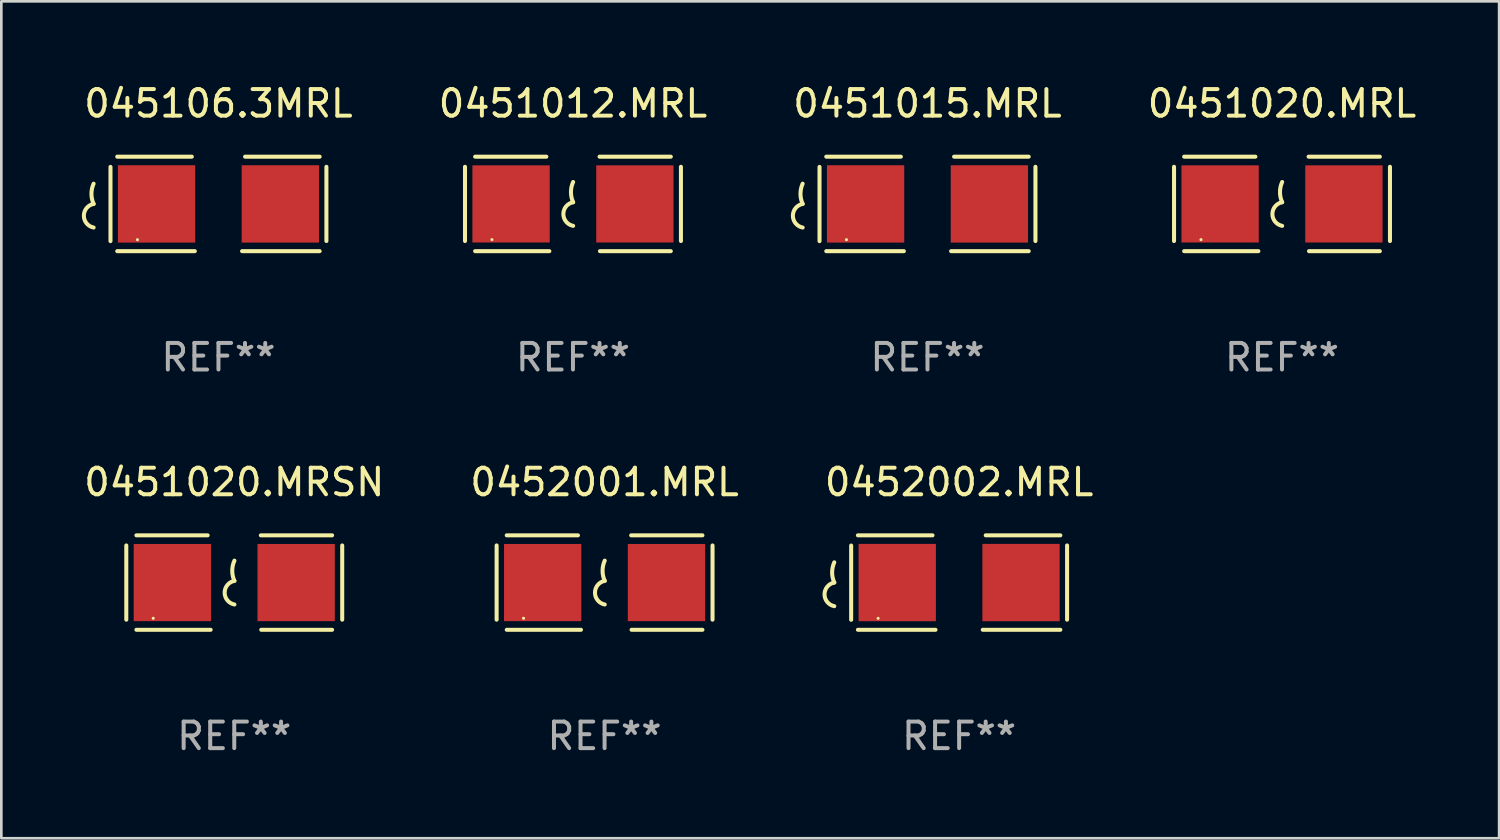
<source format=kicad_pcb>
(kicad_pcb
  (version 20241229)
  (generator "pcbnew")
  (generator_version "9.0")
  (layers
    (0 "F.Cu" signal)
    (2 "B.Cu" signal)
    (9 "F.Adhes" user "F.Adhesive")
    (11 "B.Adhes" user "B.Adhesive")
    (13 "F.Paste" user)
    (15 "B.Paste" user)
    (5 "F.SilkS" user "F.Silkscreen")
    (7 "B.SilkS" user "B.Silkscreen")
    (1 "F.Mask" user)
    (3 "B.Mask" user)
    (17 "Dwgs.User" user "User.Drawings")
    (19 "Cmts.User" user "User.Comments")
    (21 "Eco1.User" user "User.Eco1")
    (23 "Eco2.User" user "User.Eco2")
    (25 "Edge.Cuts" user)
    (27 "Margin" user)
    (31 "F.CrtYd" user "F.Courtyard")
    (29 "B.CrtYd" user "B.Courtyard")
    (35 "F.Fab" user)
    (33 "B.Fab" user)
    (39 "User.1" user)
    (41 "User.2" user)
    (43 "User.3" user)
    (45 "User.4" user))
  (footprint "0451012.MRL"
    (layer "F.Cu")
    (at 18.518 4.626)
    (property "Reference" "0451012.MRL" (at 0 -3.778 0) (layer "F.SilkS") (effects (font (size 1 1) (thickness 0.15))))
    (attr through_hole)
    (fp_line (start -4.064 -1.397) (end -4.064 1.397) (stroke (width 0.152) (type solid)) (layer "F.SilkS"))
    (fp_line (start -3.683 -1.778) (end -1.002 -1.778) (stroke (width 0.152) (type solid)) (layer "F.SilkS"))
    (fp_line (start -0.889 1.778) (end -3.683 1.778) (stroke (width 0.152) (type solid)) (layer "F.SilkS"))
    (fp_line (start 1.016 1.778) (end 3.683 1.778) (stroke (width 0.152) (type solid)) (layer "F.SilkS"))
    (fp_line (start 3.683 -1.778) (end 1.001 -1.778) (stroke (width 0.152) (type solid)) (layer "F.SilkS"))
    (fp_line (start 4.064 -1.397) (end 4.064 1.397) (stroke (width 0.152) (type solid)) (layer "F.SilkS"))
    (fp_arc (start 0.006045 -0.0635) (mid -0.075591 -0.444501) (end 0.006045 -0.825502) (stroke (width 0.151994) (type solid)) (layer "F.SilkS"))
    (fp_arc (start 0.006045 0.825502) (mid -0.361643 0.381001) (end 0.006045 -0.0635) (stroke (width 0.151994) (type solid)) (layer "F.SilkS"))
    (fp_circle (center -3.05 1.345) (end -3.02 1.345) (stroke (width 0.06) (type solid)) (fill no) (layer "F.SilkS"))
    (fp_text user "REF**" (at 0 5.778 0) (layer "F.Fab") (effects (font (size 1 1) (thickness 0.15))))
    (pad "1" smd rect (at -2.33 0) (size 2.91 2.905) (layers "F.Cu" "F.Mask" "F.Paste"))
    (pad "2" smd rect (at 2.33 0) (size 2.91 2.905) (layers "F.Cu" "F.Mask" "F.Paste")))
  (footprint "0452001.MRL"
    (layer "F.Cu")
    (at 19.708 18.879)
    (property "Reference" "0452001.MRL" (at 0 -3.778 0) (layer "F.SilkS") (effects (font (size 1 1) (thickness 0.15))))
    (attr through_hole)
    (fp_line (start -4.064 -1.397) (end -4.064 1.397) (stroke (width 0.152) (type solid)) (layer "F.SilkS"))
    (fp_line (start -3.683 -1.778) (end -1.002 -1.778) (stroke (width 0.152) (type solid)) (layer "F.SilkS"))
    (fp_line (start -0.889 1.778) (end -3.683 1.778) (stroke (width 0.152) (type solid)) (layer "F.SilkS"))
    (fp_line (start 1.016 1.778) (end 3.683 1.778) (stroke (width 0.152) (type solid)) (layer "F.SilkS"))
    (fp_line (start 3.683 -1.778) (end 1.001 -1.778) (stroke (width 0.152) (type solid)) (layer "F.SilkS"))
    (fp_line (start 4.064 -1.397) (end 4.064 1.397) (stroke (width 0.152) (type solid)) (layer "F.SilkS"))
    (fp_arc (start 0.006045 -0.0635) (mid -0.075591 -0.444501) (end 0.006045 -0.825502) (stroke (width 0.151994) (type solid)) (layer "F.SilkS"))
    (fp_arc (start 0.006045 0.825502) (mid -0.361643 0.381001) (end 0.006045 -0.0635) (stroke (width 0.151994) (type solid)) (layer "F.SilkS"))
    (fp_circle (center -3.05 1.345) (end -3.02 1.345) (stroke (width 0.06) (type solid)) (fill no) (layer "F.SilkS"))
    (fp_text user "REF**" (at 0 5.778 0) (layer "F.Fab") (effects (font (size 1 1) (thickness 0.15))))
    (pad "1" smd rect (at -2.33 0) (size 2.91 2.905) (layers "F.Cu" "F.Mask" "F.Paste"))
    (pad "2" smd rect (at 2.33 0) (size 2.91 2.905) (layers "F.Cu" "F.Mask" "F.Paste")))
  (footprint "0451015.MRL"
    (layer "F.Cu")
    (at 31.863 4.626)
    (property "Reference" "0451015.MRL" (at 0 -3.778 0) (layer "F.SilkS") (effects (font (size 1 1) (thickness 0.15))))
    (attr through_hole)
    (fp_line (start -4.064 -1.393) (end -4.064 1.401) (stroke (width 0.152) (type solid)) (layer "F.SilkS"))
    (fp_line (start -3.81 -1.778) (end -1.002 -1.778) (stroke (width 0.152) (type solid)) (layer "F.SilkS"))
    (fp_line (start -0.889 1.778) (end -3.81 1.778) (stroke (width 0.152) (type solid)) (layer "F.SilkS"))
    (fp_line (start 0.889 1.778) (end 3.81 1.778) (stroke (width 0.152) (type solid)) (layer "F.SilkS"))
    (fp_line (start 3.81 -1.778) (end 1.002 -1.778) (stroke (width 0.152) (type solid)) (layer "F.SilkS"))
    (fp_line (start 4.064 -1.397) (end 4.064 1.397) (stroke (width 0.152) (type solid)) (layer "F.SilkS"))
    (fp_arc (start -4.699009 0) (mid -4.780645 -0.381001) (end -4.699009 -0.762002) (stroke (width 0.151994) (type solid)) (layer "F.SilkS"))
    (fp_arc (start -4.699009 0.889002) (mid -5.066697 0.444501) (end -4.699009 0) (stroke (width 0.151994) (type solid)) (layer "F.SilkS"))
    (fp_circle (center -3.05 1.347) (end -3.02 1.347) (stroke (width 0.06) (type solid)) (fill no) (layer "F.SilkS"))
    (fp_text user "REF**" (at 0 5.778 0) (layer "F.Fab") (effects (font (size 1 1) (thickness 0.15))))
    (pad "1" smd rect (at -2.33 0) (size 2.91 2.911) (layers "F.Cu" "F.Mask" "F.Paste"))
    (pad "2" smd rect (at 2.33 0) (size 2.91 2.911) (layers "F.Cu" "F.Mask" "F.Paste")))
  (footprint "0452002.MRL"
    (layer "F.Cu")
    (at 33.054 18.879)
    (property "Reference" "0452002.MRL" (at 0 -3.778 0) (layer "F.SilkS") (effects (font (size 1 1) (thickness 0.15))))
    (attr through_hole)
    (fp_line (start -4.064 -1.393) (end -4.064 1.401) (stroke (width 0.152) (type solid)) (layer "F.SilkS"))
    (fp_line (start -3.81 -1.778) (end -1.002 -1.778) (stroke (width 0.152) (type solid)) (layer "F.SilkS"))
    (fp_line (start -0.889 1.778) (end -3.81 1.778) (stroke (width 0.152) (type solid)) (layer "F.SilkS"))
    (fp_line (start 0.889 1.778) (end 3.81 1.778) (stroke (width 0.152) (type solid)) (layer "F.SilkS"))
    (fp_line (start 3.81 -1.778) (end 1.002 -1.778) (stroke (width 0.152) (type solid)) (layer "F.SilkS"))
    (fp_line (start 4.064 -1.397) (end 4.064 1.397) (stroke (width 0.152) (type solid)) (layer "F.SilkS"))
    (fp_arc (start -4.699009 0) (mid -4.780645 -0.381001) (end -4.699009 -0.762002) (stroke (width 0.151994) (type solid)) (layer "F.SilkS"))
    (fp_arc (start -4.699009 0.889002) (mid -5.066697 0.444501) (end -4.699009 0) (stroke (width 0.151994) (type solid)) (layer "F.SilkS"))
    (fp_circle (center -3.05 1.347) (end -3.02 1.347) (stroke (width 0.06) (type solid)) (fill no) (layer "F.SilkS"))
    (fp_text user "REF**" (at 0 5.778 0) (layer "F.Fab") (effects (font (size 1 1) (thickness 0.15))))
    (pad "1" smd rect (at -2.33 0) (size 2.91 2.911) (layers "F.Cu" "F.Mask" "F.Paste"))
    (pad "2" smd rect (at 2.33 0) (size 2.91 2.911) (layers "F.Cu" "F.Mask" "F.Paste")))
  (footprint "045106.3MRL"
    (layer "F.Cu")
    (at 5.173 4.626)
    (property "Reference" "045106.3MRL" (at 0 -3.778 0) (layer "F.SilkS") (effects (font (size 1 1) (thickness 0.15))))
    (attr through_hole)
    (fp_line (start -4.064 -1.393) (end -4.064 1.401) (stroke (width 0.152) (type solid)) (layer "F.SilkS"))
    (fp_line (start -3.81 -1.778) (end -1.002 -1.778) (stroke (width 0.152) (type solid)) (layer "F.SilkS"))
    (fp_line (start -0.889 1.778) (end -3.81 1.778) (stroke (width 0.152) (type solid)) (layer "F.SilkS"))
    (fp_line (start 0.889 1.778) (end 3.81 1.778) (stroke (width 0.152) (type solid)) (layer "F.SilkS"))
    (fp_line (start 3.81 -1.778) (end 1.002 -1.778) (stroke (width 0.152) (type solid)) (layer "F.SilkS"))
    (fp_line (start 4.064 -1.397) (end 4.064 1.397) (stroke (width 0.152) (type solid)) (layer "F.SilkS"))
    (fp_arc (start -4.699009 0) (mid -4.780645 -0.381001) (end -4.699009 -0.762002) (stroke (width 0.151994) (type solid)) (layer "F.SilkS"))
    (fp_arc (start -4.699009 0.889002) (mid -5.066697 0.444501) (end -4.699009 0) (stroke (width 0.151994) (type solid)) (layer "F.SilkS"))
    (fp_circle (center -3.05 1.347) (end -3.02 1.347) (stroke (width 0.06) (type solid)) (fill no) (layer "F.SilkS"))
    (fp_text user "REF**" (at 0 5.778 0) (layer "F.Fab") (effects (font (size 1 1) (thickness 0.15))))
    (pad "1" smd rect (at -2.33 0) (size 2.91 2.911) (layers "F.Cu" "F.Mask" "F.Paste"))
    (pad "2" smd rect (at 2.33 0) (size 2.91 2.911) (layers "F.Cu" "F.Mask" "F.Paste")))
  (footprint "0451020.MRSN"
    (layer "F.Cu")
    (at 5.768 18.879)
    (property "Reference" "0451020.MRSN" (at 0 -3.778 0) (layer "F.SilkS") (effects (font (size 1 1) (thickness 0.15))))
    (attr through_hole)
    (fp_line (start -4.064 -1.397) (end -4.064 1.397) (stroke (width 0.152) (type solid)) (layer "F.SilkS"))
    (fp_line (start -3.683 -1.778) (end -1.002 -1.778) (stroke (width 0.152) (type solid)) (layer "F.SilkS"))
    (fp_line (start -0.889 1.778) (end -3.683 1.778) (stroke (width 0.152) (type solid)) (layer "F.SilkS"))
    (fp_line (start 1.016 1.778) (end 3.683 1.778) (stroke (width 0.152) (type solid)) (layer "F.SilkS"))
    (fp_line (start 3.683 -1.778) (end 1.001 -1.778) (stroke (width 0.152) (type solid)) (layer "F.SilkS"))
    (fp_line (start 4.064 -1.397) (end 4.064 1.397) (stroke (width 0.152) (type solid)) (layer "F.SilkS"))
    (fp_arc (start 0.006045 -0.0635) (mid -0.075591 -0.444501) (end 0.006045 -0.825502) (stroke (width 0.151994) (type solid)) (layer "F.SilkS"))
    (fp_arc (start 0.006045 0.825502) (mid -0.361643 0.381001) (end 0.006045 -0.0635) (stroke (width 0.151994) (type solid)) (layer "F.SilkS"))
    (fp_circle (center -3.05 1.345) (end -3.02 1.345) (stroke (width 0.06) (type solid)) (fill no) (layer "F.SilkS"))
    (fp_text user "REF**" (at 0 5.778 0) (layer "F.Fab") (effects (font (size 1 1) (thickness 0.15))))
    (pad "1" smd rect (at -2.33 0) (size 2.91 2.905) (layers "F.Cu" "F.Mask" "F.Paste"))
    (pad "2" smd rect (at 2.33 0) (size 2.91 2.905) (layers "F.Cu" "F.Mask" "F.Paste")))
  (footprint "0451020.MRL"
    (layer "F.Cu")
    (at 45.208 4.626)
    (property "Reference" "0451020.MRL" (at 0 -3.778 0) (layer "F.SilkS") (effects (font (size 1 1) (thickness 0.15))))
    (attr through_hole)
    (fp_line (start -4.064 -1.397) (end -4.064 1.397) (stroke (width 0.152) (type solid)) (layer "F.SilkS"))
    (fp_line (start -3.683 -1.778) (end -1.002 -1.778) (stroke (width 0.152) (type solid)) (layer "F.SilkS"))
    (fp_line (start -0.889 1.778) (end -3.683 1.778) (stroke (width 0.152) (type solid)) (layer "F.SilkS"))
    (fp_line (start 1.016 1.778) (end 3.683 1.778) (stroke (width 0.152) (type solid)) (layer "F.SilkS"))
    (fp_line (start 3.683 -1.778) (end 1.001 -1.778) (stroke (width 0.152) (type solid)) (layer "F.SilkS"))
    (fp_line (start 4.064 -1.397) (end 4.064 1.397) (stroke (width 0.152) (type solid)) (layer "F.SilkS"))
    (fp_arc (start 0.006045 -0.0635) (mid -0.075591 -0.444501) (end 0.006045 -0.825502) (stroke (width 0.151994) (type solid)) (layer "F.SilkS"))
    (fp_arc (start 0.006045 0.825502) (mid -0.361643 0.381001) (end 0.006045 -0.0635) (stroke (width 0.151994) (type solid)) (layer "F.SilkS"))
    (fp_circle (center -3.05 1.345) (end -3.02 1.345) (stroke (width 0.06) (type solid)) (fill no) (layer "F.SilkS"))
    (fp_text user "REF**" (at 0 5.778 0) (layer "F.Fab") (effects (font (size 1 1) (thickness 0.15))))
    (pad "1" smd rect (at -2.33 0) (size 2.91 2.905) (layers "F.Cu" "F.Mask" "F.Paste"))
    (pad "2" smd rect (at 2.33 0) (size 2.91 2.905) (layers "F.Cu" "F.Mask" "F.Paste")))
  (gr_rect
    (start -3 -3)
    (end 53.381 28.505)
    (stroke (width 0.1) (type default))
    (fill no)
    (layer "Edge.Cuts")))
</source>
